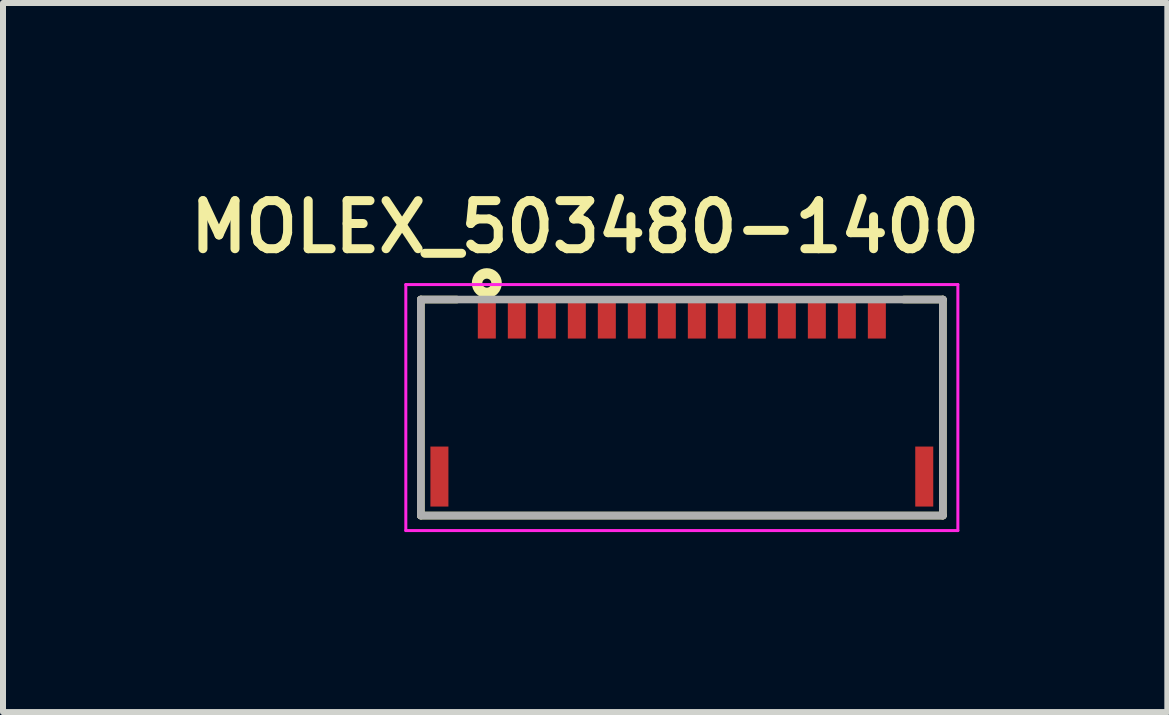
<source format=kicad_pcb>
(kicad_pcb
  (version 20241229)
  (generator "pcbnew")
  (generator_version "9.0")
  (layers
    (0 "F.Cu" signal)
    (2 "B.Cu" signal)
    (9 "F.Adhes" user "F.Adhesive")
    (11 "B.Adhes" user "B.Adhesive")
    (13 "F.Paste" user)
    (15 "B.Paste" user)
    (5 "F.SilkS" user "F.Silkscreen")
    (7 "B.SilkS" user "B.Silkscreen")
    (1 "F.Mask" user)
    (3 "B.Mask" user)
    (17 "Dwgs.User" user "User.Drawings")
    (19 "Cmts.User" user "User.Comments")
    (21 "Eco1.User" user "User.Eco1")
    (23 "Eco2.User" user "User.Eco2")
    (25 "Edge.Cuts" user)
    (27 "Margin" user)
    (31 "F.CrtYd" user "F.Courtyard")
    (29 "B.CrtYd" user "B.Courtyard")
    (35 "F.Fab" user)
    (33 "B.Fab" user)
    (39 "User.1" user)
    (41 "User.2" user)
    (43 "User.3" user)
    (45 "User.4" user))
  (footprint "MOLEX_503480-1400"
    (layer "F.Cu")
    (at 8.313 3.742)
    (property "Reference" "MOLEX_503480-1400" (at -1.611 -3.01 0) (layer "F.SilkS") (effects (font (size 0.801 0.801) (thickness 0.15))))
    (attr through_hole)
    (fp_line (start -4.35 -1.8) (end -4.35 1.8) (stroke (width 0.127) (type solid)) (layer "F.SilkS"))
    (fp_line (start -4.35 1.8) (end 4.35 1.8) (stroke (width 0.127) (type solid)) (layer "F.SilkS"))
    (fp_line (start -3.75 -1.8) (end -4.35 -1.8) (stroke (width 0.127) (type solid)) (layer "F.SilkS"))
    (fp_line (start 3.7 -1.8) (end 4.35 -1.8) (stroke (width 0.127) (type solid)) (layer "F.SilkS"))
    (fp_line (start 4.35 -1.8) (end 4.35 1.8) (stroke (width 0.127) (type solid)) (layer "F.SilkS"))
    (fp_circle (center -3.25 -2.073) (end -3.175 -2.073) (stroke (width 0.175) (type solid)) (fill no) (layer "F.SilkS"))
    (fp_line (start -4.6 -2.05) (end 4.6 -2.05) (stroke (width 0.05) (type solid)) (layer "F.CrtYd"))
    (fp_line (start -4.6 2.05) (end -4.6 -2.05) (stroke (width 0.05) (type solid)) (layer "F.CrtYd"))
    (fp_line (start 4.6 -2.05) (end 4.6 2.05) (stroke (width 0.05) (type solid)) (layer "F.CrtYd"))
    (fp_line (start 4.6 2.05) (end -4.6 2.05) (stroke (width 0.05) (type solid)) (layer "F.CrtYd"))
    (fp_line (start -4.35 -1.8) (end 4.35 -1.8) (stroke (width 0.127) (type solid)) (layer "F.Fab"))
    (fp_line (start -4.35 1.8) (end -4.35 -1.8) (stroke (width 0.127) (type solid)) (layer "F.Fab"))
    (fp_line (start 4.35 -1.8) (end 4.35 1.8) (stroke (width 0.127) (type solid)) (layer "F.Fab"))
    (fp_line (start 4.35 1.8) (end -4.35 1.8) (stroke (width 0.127) (type solid)) (layer "F.Fab"))
    (pad "1" smd rect (at -3.25 -1.5) (size 0.3 0.7) (layers "F.Cu" "F.Mask" "F.Paste"))
    (pad "2" smd rect (at -2.75 -1.5) (size 0.3 0.7) (layers "F.Cu" "F.Mask" "F.Paste"))
    (pad "3" smd rect (at -2.25 -1.5) (size 0.3 0.7) (layers "F.Cu" "F.Mask" "F.Paste"))
    (pad "4" smd rect (at -1.75 -1.5) (size 0.3 0.7) (layers "F.Cu" "F.Mask" "F.Paste"))
    (pad "5" smd rect (at -1.25 -1.5) (size 0.3 0.7) (layers "F.Cu" "F.Mask" "F.Paste"))
    (pad "6" smd rect (at -0.75 -1.5) (size 0.3 0.7) (layers "F.Cu" "F.Mask" "F.Paste"))
    (pad "7" smd rect (at -0.25 -1.5) (size 0.3 0.7) (layers "F.Cu" "F.Mask" "F.Paste"))
    (pad "8" smd rect (at 0.25 -1.5) (size 0.3 0.7) (layers "F.Cu" "F.Mask" "F.Paste"))
    (pad "9" smd rect (at 0.75 -1.5) (size 0.3 0.7) (layers "F.Cu" "F.Mask" "F.Paste"))
    (pad "10" smd rect (at 1.25 -1.5) (size 0.3 0.7) (layers "F.Cu" "F.Mask" "F.Paste"))
    (pad "11" smd rect (at 1.75 -1.5) (size 0.3 0.7) (layers "F.Cu" "F.Mask" "F.Paste"))
    (pad "12" smd rect (at 2.25 -1.5) (size 0.3 0.7) (layers "F.Cu" "F.Mask" "F.Paste"))
    (pad "13" smd rect (at 2.75 -1.5) (size 0.3 0.7) (layers "F.Cu" "F.Mask" "F.Paste"))
    (pad "14" smd rect (at 3.25 -1.5) (size 0.3 0.7) (layers "F.Cu" "F.Mask" "F.Paste"))
    (pad "S1" smd rect (at -4.04 1.15) (size 0.3 1) (layers "F.Cu" "F.Mask" "F.Paste"))
    (pad "S2" smd rect (at 4.04 1.15) (size 0.3 1) (layers "F.Cu" "F.Mask" "F.Paste")))
  (gr_rect
    (start -3 -3)
    (end 16.404 8.817)
    (stroke (width 0.1) (type default))
    (fill no)
    (layer "Edge.Cuts")))
</source>
